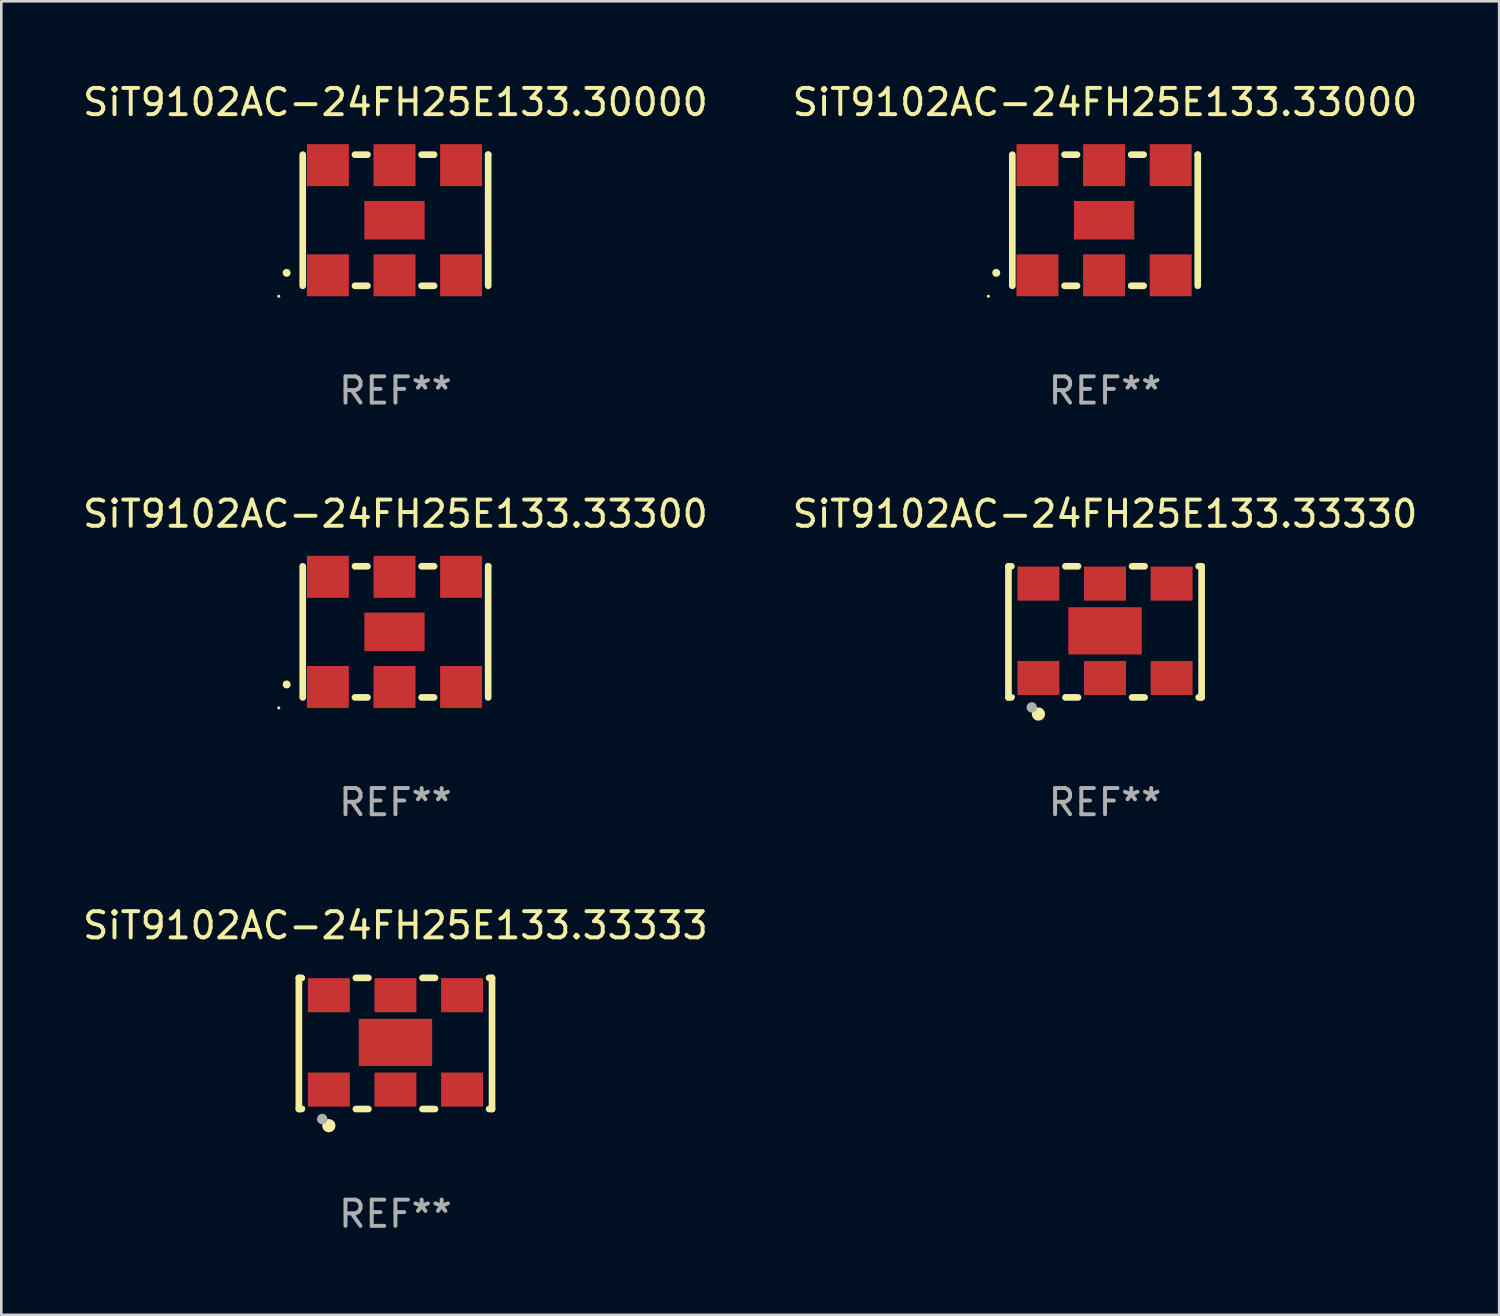
<source format=kicad_pcb>
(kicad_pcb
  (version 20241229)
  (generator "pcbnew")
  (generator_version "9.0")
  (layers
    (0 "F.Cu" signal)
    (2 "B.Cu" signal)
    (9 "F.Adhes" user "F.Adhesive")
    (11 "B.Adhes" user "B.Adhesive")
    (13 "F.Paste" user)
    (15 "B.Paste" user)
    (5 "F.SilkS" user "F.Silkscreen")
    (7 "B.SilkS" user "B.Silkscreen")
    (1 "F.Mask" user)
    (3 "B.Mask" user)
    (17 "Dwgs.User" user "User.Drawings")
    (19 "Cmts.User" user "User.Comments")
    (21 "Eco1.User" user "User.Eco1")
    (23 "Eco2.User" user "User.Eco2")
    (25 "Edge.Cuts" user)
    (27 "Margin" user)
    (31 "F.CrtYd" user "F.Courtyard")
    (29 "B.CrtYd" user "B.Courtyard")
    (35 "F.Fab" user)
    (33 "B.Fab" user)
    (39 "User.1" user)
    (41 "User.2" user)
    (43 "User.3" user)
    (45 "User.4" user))
  (footprint "SiT9102AC-24FH25E133.33330"
    (layer "F.Cu")
    (at 39.089 21.045)
    (property "Reference" "SiT9102AC-24FH25E133.33330" (at 0 -4.5 0) (layer "F.SilkS") (effects (font (size 1 1) (thickness 0.15))))
    (attr through_hole)
    (fp_line (start -3.683 -2.5) (end -3.571 -2.5) (stroke (width 0.254) (type solid)) (layer "F.SilkS"))
    (fp_line (start -3.683 2.5) (end -3.683 -2.5) (stroke (width 0.254) (type solid)) (layer "F.SilkS"))
    (fp_line (start -3.683 2.5) (end -3.571 2.5) (stroke (width 0.254) (type solid)) (layer "F.SilkS"))
    (fp_line (start -1.509 -2.5) (end -1.031 -2.5) (stroke (width 0.254) (type solid)) (layer "F.SilkS"))
    (fp_line (start -1.509 2.5) (end -1.031 2.5) (stroke (width 0.254) (type solid)) (layer "F.SilkS"))
    (fp_line (start 1.031 -2.5) (end 1.509 -2.5) (stroke (width 0.254) (type solid)) (layer "F.SilkS"))
    (fp_line (start 1.031 2.5) (end 1.509 2.5) (stroke (width 0.254) (type solid)) (layer "F.SilkS"))
    (fp_line (start 3.571 -2.5) (end 3.683 -2.5) (stroke (width 0.254) (type solid)) (layer "F.SilkS"))
    (fp_line (start 3.571 2.5) (end 3.683 2.5) (stroke (width 0.254) (type solid)) (layer "F.SilkS"))
    (fp_line (start 3.683 2.5) (end 3.683 -2.5) (stroke (width 0.254) (type solid)) (layer "F.SilkS"))
    (fp_circle (center -3.5 2.46) (end -3.47 2.46) (stroke (width 0.06) (type solid)) (fill no) (layer "F.SilkS"))
    (fp_circle (center -2.54 3.135) (end -2.413 3.135) (stroke (width 0.254) (type solid)) (fill no) (layer "F.SilkS"))
    (fp_circle (center -2.794 2.881) (end -2.694 2.881) (stroke (width 0.2) (type solid)) (fill no) (layer "F.Fab"))
    (fp_text user "REF**" (at 0 6.5 0) (layer "F.Fab") (effects (font (size 1 1) (thickness 0.15))))
    (pad "1" smd rect (at -2.54 1.76) (size 1.6 1.3) (layers "F.Cu" "F.Mask" "F.Paste"))
    (pad "2" smd rect (at 0 1.76) (size 1.6 1.3) (layers "F.Cu" "F.Mask" "F.Paste"))
    (pad "3" smd rect (at 2.54 1.76) (size 1.6 1.3) (layers "F.Cu" "F.Mask" "F.Paste"))
    (pad "4" smd rect (at 2.54 -1.84) (size 1.6 1.3) (layers "F.Cu" "F.Mask" "F.Paste"))
    (pad "5" smd rect (at 0 -1.84) (size 1.6 1.3) (layers "F.Cu" "F.Mask" "F.Paste"))
    (pad "6" smd rect (at -2.54 -1.84) (size 1.6 1.3) (layers "F.Cu" "F.Mask" "F.Paste"))
    (pad "7" smd rect (at 0 -0.04) (size 2.8 1.8) (layers "F.Cu" "F.Mask" "F.Paste")))
  (footprint "SiT9102AC-24FH25E133.33333"
    (layer "F.Cu")
    (at 12.03 36.741)
    (property "Reference" "SiT9102AC-24FH25E133.33333" (at 0 -4.5 0) (layer "F.SilkS") (effects (font (size 1 1) (thickness 0.15))))
    (attr through_hole)
    (fp_line (start -3.683 -2.5) (end -3.571 -2.5) (stroke (width 0.254) (type solid)) (layer "F.SilkS"))
    (fp_line (start -3.683 2.5) (end -3.683 -2.5) (stroke (width 0.254) (type solid)) (layer "F.SilkS"))
    (fp_line (start -3.683 2.5) (end -3.571 2.5) (stroke (width 0.254) (type solid)) (layer "F.SilkS"))
    (fp_line (start -1.509 -2.5) (end -1.031 -2.5) (stroke (width 0.254) (type solid)) (layer "F.SilkS"))
    (fp_line (start -1.509 2.5) (end -1.031 2.5) (stroke (width 0.254) (type solid)) (layer "F.SilkS"))
    (fp_line (start 1.031 -2.5) (end 1.509 -2.5) (stroke (width 0.254) (type solid)) (layer "F.SilkS"))
    (fp_line (start 1.031 2.5) (end 1.509 2.5) (stroke (width 0.254) (type solid)) (layer "F.SilkS"))
    (fp_line (start 3.571 -2.5) (end 3.683 -2.5) (stroke (width 0.254) (type solid)) (layer "F.SilkS"))
    (fp_line (start 3.571 2.5) (end 3.683 2.5) (stroke (width 0.254) (type solid)) (layer "F.SilkS"))
    (fp_line (start 3.683 2.5) (end 3.683 -2.5) (stroke (width 0.254) (type solid)) (layer "F.SilkS"))
    (fp_circle (center -3.5 2.46) (end -3.47 2.46) (stroke (width 0.06) (type solid)) (fill no) (layer "F.SilkS"))
    (fp_circle (center -2.54 3.135) (end -2.413 3.135) (stroke (width 0.254) (type solid)) (fill no) (layer "F.SilkS"))
    (fp_circle (center -2.794 2.881) (end -2.694 2.881) (stroke (width 0.2) (type solid)) (fill no) (layer "F.Fab"))
    (fp_text user "REF**" (at 0 6.5 0) (layer "F.Fab") (effects (font (size 1 1) (thickness 0.15))))
    (pad "1" smd rect (at -2.54 1.76) (size 1.6 1.3) (layers "F.Cu" "F.Mask" "F.Paste"))
    (pad "2" smd rect (at 0 1.76) (size 1.6 1.3) (layers "F.Cu" "F.Mask" "F.Paste"))
    (pad "3" smd rect (at 2.54 1.76) (size 1.6 1.3) (layers "F.Cu" "F.Mask" "F.Paste"))
    (pad "4" smd rect (at 2.54 -1.84) (size 1.6 1.3) (layers "F.Cu" "F.Mask" "F.Paste"))
    (pad "5" smd rect (at 0 -1.84) (size 1.6 1.3) (layers "F.Cu" "F.Mask" "F.Paste"))
    (pad "6" smd rect (at -2.54 -1.84) (size 1.6 1.3) (layers "F.Cu" "F.Mask" "F.Paste"))
    (pad "7" smd rect (at 0 -0.04) (size 2.8 1.8) (layers "F.Cu" "F.Mask" "F.Paste")))
  (footprint "SiT9102AC-24FH25E133.33000"
    (layer "F.Cu")
    (at 39.089 5.348)
    (property "Reference" "SiT9102AC-24FH25E133.33000" (at 0 -4.5 0) (layer "F.SilkS") (effects (font (size 1 1) (thickness 0.15))))
    (attr through_hole)
    (fp_line (start -3.536 -2.5) (end -3.536 2.5) (stroke (width 0.254) (type solid)) (layer "F.SilkS"))
    (fp_line (start -1.544 2.5) (end -1.067 2.5) (stroke (width 0.254) (type solid)) (layer "F.SilkS"))
    (fp_line (start -1.067 -2.5) (end -1.544 -2.5) (stroke (width 0.254) (type solid)) (layer "F.SilkS"))
    (fp_line (start 0.996 2.5) (end 1.473 2.5) (stroke (width 0.254) (type solid)) (layer "F.SilkS"))
    (fp_line (start 1.473 -2.5) (end 0.996 -2.5) (stroke (width 0.254) (type solid)) (layer "F.SilkS"))
    (fp_line (start 3.536 -2.5) (end 3.536 -2.5) (stroke (width 0.254) (type solid)) (layer "F.SilkS"))
    (fp_line (start 3.536 2.5) (end 3.536 -2.5) (stroke (width 0.254) (type solid)) (layer "F.SilkS"))
    (fp_arc (start -4.150432 2.006604) (mid -4.149162 2.006599) (end -4.147892 2.006604) (stroke (width 0.3) (type solid)) (layer "F.SilkS"))
    (fp_circle (center -4.449 2.9) (end -4.419 2.9) (stroke (width 0.06) (type solid)) (fill no) (layer "F.SilkS"))
    (fp_text user "REF**" (at 0 6.5 0) (layer "F.Fab") (effects (font (size 1 1) (thickness 0.15))))
    (pad "1" smd rect (at -2.576 2.1) (size 1.6 1.6) (layers "F.Cu" "F.Mask" "F.Paste"))
    (pad "2" smd rect (at -0.036 2.1) (size 1.6 1.6) (layers "F.Cu" "F.Mask" "F.Paste"))
    (pad "3" smd rect (at 2.504 2.1) (size 1.6 1.6) (layers "F.Cu" "F.Mask" "F.Paste"))
    (pad "4" smd rect (at 2.504 -2.1) (size 1.6 1.6) (layers "F.Cu" "F.Mask" "F.Paste"))
    (pad "5" smd rect (at -0.036 -2.1) (size 1.6 1.6) (layers "F.Cu" "F.Mask" "F.Paste"))
    (pad "6" smd rect (at -2.576 -2.1) (size 1.6 1.6) (layers "F.Cu" "F.Mask" "F.Paste"))
    (pad "7" smd rect (at -0.036 0) (size 2.3 1.47) (layers "F.Cu" "F.Mask" "F.Paste")))
  (footprint "SiT9102AC-24FH25E133.30000"
    (layer "F.Cu")
    (at 12.03 5.348)
    (property "Reference" "SiT9102AC-24FH25E133.30000" (at 0 -4.5 0) (layer "F.SilkS") (effects (font (size 1 1) (thickness 0.15))))
    (attr through_hole)
    (fp_line (start -3.536 -2.5) (end -3.536 2.5) (stroke (width 0.254) (type solid)) (layer "F.SilkS"))
    (fp_line (start -1.544 2.5) (end -1.067 2.5) (stroke (width 0.254) (type solid)) (layer "F.SilkS"))
    (fp_line (start -1.067 -2.5) (end -1.544 -2.5) (stroke (width 0.254) (type solid)) (layer "F.SilkS"))
    (fp_line (start 0.996 2.5) (end 1.473 2.5) (stroke (width 0.254) (type solid)) (layer "F.SilkS"))
    (fp_line (start 1.473 -2.5) (end 0.996 -2.5) (stroke (width 0.254) (type solid)) (layer "F.SilkS"))
    (fp_line (start 3.536 -2.5) (end 3.536 -2.5) (stroke (width 0.254) (type solid)) (layer "F.SilkS"))
    (fp_line (start 3.536 2.5) (end 3.536 -2.5) (stroke (width 0.254) (type solid)) (layer "F.SilkS"))
    (fp_arc (start -4.150432 2.006604) (mid -4.149162 2.006599) (end -4.147892 2.006604) (stroke (width 0.3) (type solid)) (layer "F.SilkS"))
    (fp_circle (center -4.449 2.9) (end -4.419 2.9) (stroke (width 0.06) (type solid)) (fill no) (layer "F.SilkS"))
    (fp_text user "REF**" (at 0 6.5 0) (layer "F.Fab") (effects (font (size 1 1) (thickness 0.15))))
    (pad "1" smd rect (at -2.576 2.1) (size 1.6 1.6) (layers "F.Cu" "F.Mask" "F.Paste"))
    (pad "2" smd rect (at -0.036 2.1) (size 1.6 1.6) (layers "F.Cu" "F.Mask" "F.Paste"))
    (pad "3" smd rect (at 2.504 2.1) (size 1.6 1.6) (layers "F.Cu" "F.Mask" "F.Paste"))
    (pad "4" smd rect (at 2.504 -2.1) (size 1.6 1.6) (layers "F.Cu" "F.Mask" "F.Paste"))
    (pad "5" smd rect (at -0.036 -2.1) (size 1.6 1.6) (layers "F.Cu" "F.Mask" "F.Paste"))
    (pad "6" smd rect (at -2.576 -2.1) (size 1.6 1.6) (layers "F.Cu" "F.Mask" "F.Paste"))
    (pad "7" smd rect (at -0.036 0) (size 2.3 1.47) (layers "F.Cu" "F.Mask" "F.Paste")))
  (footprint "SiT9102AC-24FH25E133.33300"
    (layer "F.Cu")
    (at 12.03 21.045)
    (property "Reference" "SiT9102AC-24FH25E133.33300" (at 0 -4.5 0) (layer "F.SilkS") (effects (font (size 1 1) (thickness 0.15))))
    (attr through_hole)
    (fp_line (start -3.536 -2.5) (end -3.536 2.5) (stroke (width 0.254) (type solid)) (layer "F.SilkS"))
    (fp_line (start -1.544 2.5) (end -1.067 2.5) (stroke (width 0.254) (type solid)) (layer "F.SilkS"))
    (fp_line (start -1.067 -2.5) (end -1.544 -2.5) (stroke (width 0.254) (type solid)) (layer "F.SilkS"))
    (fp_line (start 0.996 2.5) (end 1.473 2.5) (stroke (width 0.254) (type solid)) (layer "F.SilkS"))
    (fp_line (start 1.473 -2.5) (end 0.996 -2.5) (stroke (width 0.254) (type solid)) (layer "F.SilkS"))
    (fp_line (start 3.536 -2.5) (end 3.536 -2.5) (stroke (width 0.254) (type solid)) (layer "F.SilkS"))
    (fp_line (start 3.536 2.5) (end 3.536 -2.5) (stroke (width 0.254) (type solid)) (layer "F.SilkS"))
    (fp_arc (start -4.150432 2.006604) (mid -4.149162 2.006599) (end -4.147892 2.006604) (stroke (width 0.3) (type solid)) (layer "F.SilkS"))
    (fp_circle (center -4.449 2.9) (end -4.419 2.9) (stroke (width 0.06) (type solid)) (fill no) (layer "F.SilkS"))
    (fp_text user "REF**" (at 0 6.5 0) (layer "F.Fab") (effects (font (size 1 1) (thickness 0.15))))
    (pad "1" smd rect (at -2.576 2.1) (size 1.6 1.6) (layers "F.Cu" "F.Mask" "F.Paste"))
    (pad "2" smd rect (at -0.036 2.1) (size 1.6 1.6) (layers "F.Cu" "F.Mask" "F.Paste"))
    (pad "3" smd rect (at 2.504 2.1) (size 1.6 1.6) (layers "F.Cu" "F.Mask" "F.Paste"))
    (pad "4" smd rect (at 2.504 -2.1) (size 1.6 1.6) (layers "F.Cu" "F.Mask" "F.Paste"))
    (pad "5" smd rect (at -0.036 -2.1) (size 1.6 1.6) (layers "F.Cu" "F.Mask" "F.Paste"))
    (pad "6" smd rect (at -2.576 -2.1) (size 1.6 1.6) (layers "F.Cu" "F.Mask" "F.Paste"))
    (pad "7" smd rect (at -0.036 0) (size 2.3 1.47) (layers "F.Cu" "F.Mask" "F.Paste")))
  (gr_rect
    (start -3 -3)
    (end 54.119 47.09)
    (stroke (width 0.1) (type default))
    (fill no)
    (layer "Edge.Cuts")))
</source>
